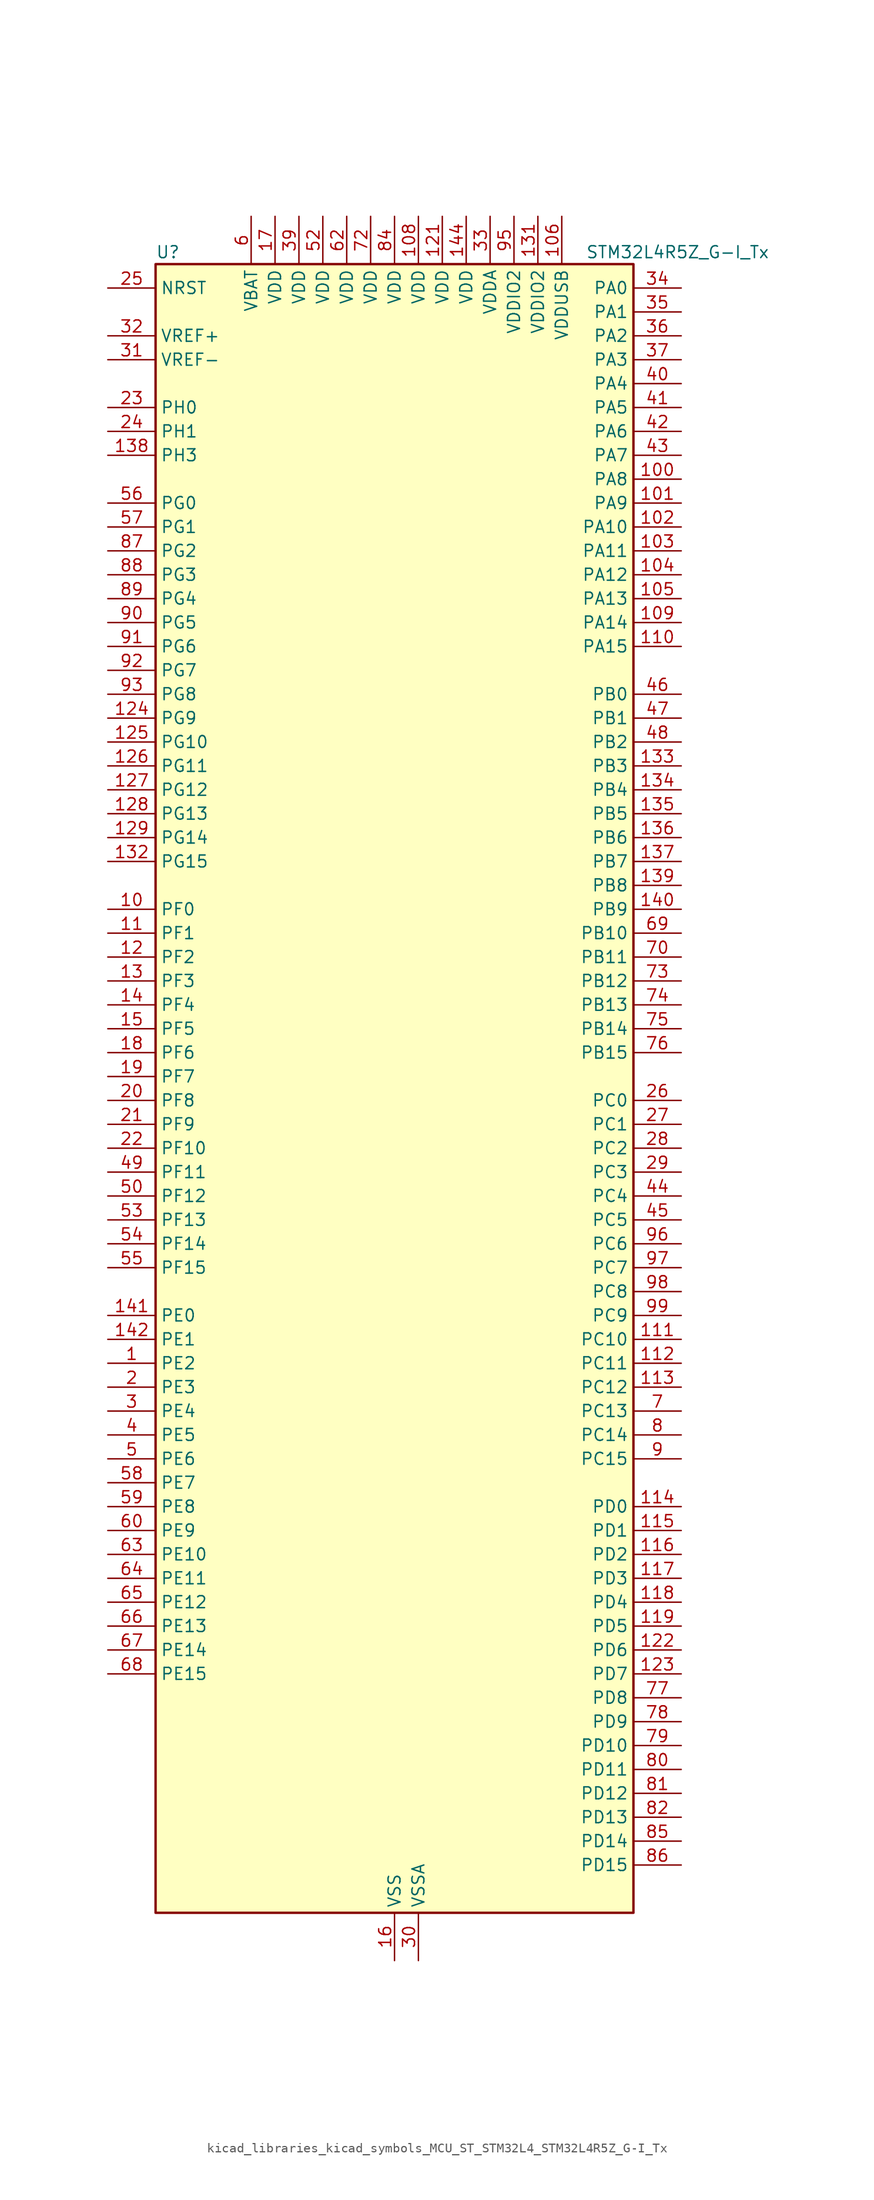
<source format=kicad_sym>
(kicad_symbol_lib
  (version 20220914)
  (generator kicad_symbol_editor)
  (symbol "kicad_libraries_kicad_symbols_MCU_ST_STM32L4_STM32L4R5Z_G-I_Tx"
    (property "Reference" "U"
      (at -25.4 90.17 0)
      (effects (font (size 1.27 1.27)) (justify left)))
    (property "Value" "STM32L4R5Z_G-I_Tx"
      (at 20.32 90.17 0)
      (effects (font (size 1.27 1.27)) (justify left)))
    (property "ki_locked" ""
      (at 0 0 0)
      (effects (font (size 1.27 1.27))))
    (symbol "kicad_libraries_kicad_symbols_MCU_ST_STM32L4_STM32L4R5Z_G-I_Tx_0_1"
      (rectangle (start -25.4 -86.36) (end 25.4 88.9) (stroke (width 0.254) (type default)) (fill (type background))))
    (symbol "kicad_libraries_kicad_symbols_MCU_ST_STM32L4_STM32L4R5Z_G-I_Tx_1_1"
      (pin bidirectional line (at -30.48 -27.94 0) (length 5.08) (name "PE2" (effects (font (size 1.27 1.27)))) (number "1" (effects (font (size 1.27 1.27)))) (alternate "FMC_A23" bidirectional line) (alternate "SAI1_CK1" bidirectional line) (alternate "SAI1_MCLK_A" bidirectional line) (alternate "SYS_TRACECLK" bidirectional line) (alternate "TIM3_ETR" bidirectional line) (alternate "TSC_G7_IO1" bidirectional line))
      (pin bidirectional line (at -30.48 20.32 0) (length 5.08) (name "PF0" (effects (font (size 1.27 1.27)))) (number "10" (effects (font (size 1.27 1.27)))) (alternate "FMC_A0" bidirectional line) (alternate "I2C2_SDA" bidirectional line) (alternate "OCTOSPIM_P2_IO0" bidirectional line))
      (pin bidirectional line (at 30.48 66.04 180) (length 5.08) (name "PA8" (effects (font (size 1.27 1.27)))) (number "100" (effects (font (size 1.27 1.27)))) (alternate "LPTIM2_OUT" bidirectional line) (alternate "RCC_MCO" bidirectional line) (alternate "SAI1_CK2" bidirectional line) (alternate "SAI1_SCK_A" bidirectional line) (alternate "TIM1_CH1" bidirectional line) (alternate "USART1_CK" bidirectional line) (alternate "USB_OTG_FS_SOF" bidirectional line))
      (pin bidirectional line (at 30.48 63.5 180) (length 5.08) (name "PA9" (effects (font (size 1.27 1.27)))) (number "101" (effects (font (size 1.27 1.27)))) (alternate "DAC1_EXTI9" bidirectional line) (alternate "DCMI_D0" bidirectional line) (alternate "SAI1_FS_A" bidirectional line) (alternate "SPI2_SCK" bidirectional line) (alternate "TIM15_BKIN" bidirectional line) (alternate "TIM1_CH2" bidirectional line) (alternate "USART1_TX" bidirectional line) (alternate "USB_OTG_FS_VBUS" bidirectional line))
      (pin bidirectional line (at 30.48 60.96 180) (length 5.08) (name "PA10" (effects (font (size 1.27 1.27)))) (number "102" (effects (font (size 1.27 1.27)))) (alternate "DCMI_D1" bidirectional line) (alternate "SAI1_D1" bidirectional line) (alternate "SAI1_SD_A" bidirectional line) (alternate "TIM17_BKIN" bidirectional line) (alternate "TIM1_CH3" bidirectional line) (alternate "USART1_RX" bidirectional line) (alternate "USB_OTG_FS_ID" bidirectional line))
      (pin bidirectional line (at 30.48 58.42 180) (length 5.08) (name "PA11" (effects (font (size 1.27 1.27)))) (number "103" (effects (font (size 1.27 1.27)))) (alternate "ADC1_EXTI11" bidirectional line) (alternate "CAN1_RX" bidirectional line) (alternate "SPI1_MISO" bidirectional line) (alternate "TIM1_BKIN2" bidirectional line) (alternate "TIM1_CH4" bidirectional line) (alternate "USART1_CTS" bidirectional line) (alternate "USART1_NSS" bidirectional line) (alternate "USB_OTG_FS_DM" bidirectional line))
      (pin bidirectional line (at 30.48 55.88 180) (length 5.08) (name "PA12" (effects (font (size 1.27 1.27)))) (number "104" (effects (font (size 1.27 1.27)))) (alternate "CAN1_TX" bidirectional line) (alternate "SPI1_MOSI" bidirectional line) (alternate "TIM1_ETR" bidirectional line) (alternate "USART1_DE" bidirectional line) (alternate "USART1_RTS" bidirectional line) (alternate "USB_OTG_FS_DP" bidirectional line))
      (pin bidirectional line (at 30.48 53.34 180) (length 5.08) (name "PA13" (effects (font (size 1.27 1.27)))) (number "105" (effects (font (size 1.27 1.27)))) (alternate "IR_OUT" bidirectional line) (alternate "SAI1_SD_B" bidirectional line) (alternate "SYS_JTMS-SWDIO" bidirectional line) (alternate "USB_OTG_FS_NOE" bidirectional line))
      (pin power_in line (at 17.78 93.98 270) (length 5.08) (name "VDDUSB" (effects (font (size 1.27 1.27)))) (number "106" (effects (font (size 1.27 1.27)))))
      (pin passive line (at 0 -91.44 90) (length 5.08) hide (name "VSS" (effects (font (size 1.27 1.27)))) (number "107" (effects (font (size 1.27 1.27)))))
      (pin power_in line (at 2.54 93.98 270) (length 5.08) (name "VDD" (effects (font (size 1.27 1.27)))) (number "108" (effects (font (size 1.27 1.27)))))
      (pin bidirectional line (at 30.48 50.8 180) (length 5.08) (name "PA14" (effects (font (size 1.27 1.27)))) (number "109" (effects (font (size 1.27 1.27)))) (alternate "I2C1_SMBA" bidirectional line) (alternate "I2C4_SMBA" bidirectional line) (alternate "LPTIM1_OUT" bidirectional line) (alternate "SAI1_FS_B" bidirectional line) (alternate "SYS_JTCK-SWCLK" bidirectional line) (alternate "USB_OTG_FS_SOF" bidirectional line))
      (pin bidirectional line (at -30.48 17.78 0) (length 5.08) (name "PF1" (effects (font (size 1.27 1.27)))) (number "11" (effects (font (size 1.27 1.27)))) (alternate "FMC_A1" bidirectional line) (alternate "I2C2_SCL" bidirectional line) (alternate "OCTOSPIM_P2_IO1" bidirectional line))
      (pin bidirectional line (at 30.48 48.26 180) (length 5.08) (name "PA15" (effects (font (size 1.27 1.27)))) (number "110" (effects (font (size 1.27 1.27)))) (alternate "ADC1_EXTI15" bidirectional line) (alternate "SAI2_FS_B" bidirectional line) (alternate "SPI1_NSS" bidirectional line) (alternate "SPI3_NSS" bidirectional line) (alternate "SYS_JTDI" bidirectional line) (alternate "TIM2_CH1" bidirectional line) (alternate "TIM2_ETR" bidirectional line) (alternate "TSC_G3_IO1" bidirectional line) (alternate "UART4_DE" bidirectional line) (alternate "UART4_RTS" bidirectional line) (alternate "USART2_RX" bidirectional line) (alternate "USART3_DE" bidirectional line) (alternate "USART3_RTS" bidirectional line))
      (pin bidirectional line (at 30.48 -25.4 180) (length 5.08) (name "PC10" (effects (font (size 1.27 1.27)))) (number "111" (effects (font (size 1.27 1.27)))) (alternate "DCMI_D8" bidirectional line) (alternate "SAI2_SCK_B" bidirectional line) (alternate "SDMMC1_D2" bidirectional line) (alternate "SPI3_SCK" bidirectional line) (alternate "SYS_TRACED1" bidirectional line) (alternate "TSC_G3_IO2" bidirectional line) (alternate "UART4_TX" bidirectional line) (alternate "USART3_TX" bidirectional line))
      (pin bidirectional line (at 30.48 -27.94 180) (length 5.08) (name "PC11" (effects (font (size 1.27 1.27)))) (number "112" (effects (font (size 1.27 1.27)))) (alternate "ADC1_EXTI11" bidirectional line) (alternate "DCMI_D2" bidirectional line) (alternate "DCMI_D4" bidirectional line) (alternate "OCTOSPIM_P1_NCS" bidirectional line) (alternate "SAI2_MCLK_B" bidirectional line) (alternate "SDMMC1_D3" bidirectional line) (alternate "SPI3_MISO" bidirectional line) (alternate "TSC_G3_IO3" bidirectional line) (alternate "UART4_RX" bidirectional line) (alternate "USART3_RX" bidirectional line))
      (pin bidirectional line (at 30.48 -30.48 180) (length 5.08) (name "PC12" (effects (font (size 1.27 1.27)))) (number "113" (effects (font (size 1.27 1.27)))) (alternate "DCMI_D9" bidirectional line) (alternate "SAI2_SD_B" bidirectional line) (alternate "SDMMC1_CK" bidirectional line) (alternate "SPI3_MOSI" bidirectional line) (alternate "SYS_TRACED3" bidirectional line) (alternate "TSC_G3_IO4" bidirectional line) (alternate "UART5_TX" bidirectional line) (alternate "USART3_CK" bidirectional line))
      (pin bidirectional line (at 30.48 -43.18 180) (length 5.08) (name "PD0" (effects (font (size 1.27 1.27)))) (number "114" (effects (font (size 1.27 1.27)))) (alternate "CAN1_RX" bidirectional line) (alternate "DFSDM1_DATIN7" bidirectional line) (alternate "FMC_D2" bidirectional line) (alternate "FMC_DA2" bidirectional line) (alternate "SPI2_NSS" bidirectional line))
      (pin bidirectional line (at 30.48 -45.72 180) (length 5.08) (name "PD1" (effects (font (size 1.27 1.27)))) (number "115" (effects (font (size 1.27 1.27)))) (alternate "CAN1_TX" bidirectional line) (alternate "DFSDM1_CKIN7" bidirectional line) (alternate "FMC_D3" bidirectional line) (alternate "FMC_DA3" bidirectional line) (alternate "SPI2_SCK" bidirectional line))
      (pin bidirectional line (at 30.48 -48.26 180) (length 5.08) (name "PD2" (effects (font (size 1.27 1.27)))) (number "116" (effects (font (size 1.27 1.27)))) (alternate "DCMI_D11" bidirectional line) (alternate "SDMMC1_CMD" bidirectional line) (alternate "SYS_TRACED2" bidirectional line) (alternate "TIM3_ETR" bidirectional line) (alternate "TSC_SYNC" bidirectional line) (alternate "UART5_RX" bidirectional line) (alternate "USART3_DE" bidirectional line) (alternate "USART3_RTS" bidirectional line))
      (pin bidirectional line (at 30.48 -50.8 180) (length 5.08) (name "PD3" (effects (font (size 1.27 1.27)))) (number "117" (effects (font (size 1.27 1.27)))) (alternate "DCMI_D5" bidirectional line) (alternate "DFSDM1_DATIN0" bidirectional line) (alternate "FMC_CLK" bidirectional line) (alternate "OCTOSPIM_P2_NCS" bidirectional line) (alternate "SPI2_MISO" bidirectional line) (alternate "SPI2_SCK" bidirectional line) (alternate "USART2_CTS" bidirectional line) (alternate "USART2_NSS" bidirectional line))
      (pin bidirectional line (at 30.48 -53.34 180) (length 5.08) (name "PD4" (effects (font (size 1.27 1.27)))) (number "118" (effects (font (size 1.27 1.27)))) (alternate "DFSDM1_CKIN0" bidirectional line) (alternate "FMC_NOE" bidirectional line) (alternate "OCTOSPIM_P1_IO4" bidirectional line) (alternate "SPI2_MOSI" bidirectional line) (alternate "USART2_DE" bidirectional line) (alternate "USART2_RTS" bidirectional line))
      (pin bidirectional line (at 30.48 -55.88 180) (length 5.08) (name "PD5" (effects (font (size 1.27 1.27)))) (number "119" (effects (font (size 1.27 1.27)))) (alternate "FMC_NWE" bidirectional line) (alternate "OCTOSPIM_P1_IO5" bidirectional line) (alternate "USART2_TX" bidirectional line))
      (pin bidirectional line (at -30.48 15.24 0) (length 5.08) (name "PF2" (effects (font (size 1.27 1.27)))) (number "12" (effects (font (size 1.27 1.27)))) (alternate "FMC_A2" bidirectional line) (alternate "I2C2_SMBA" bidirectional line) (alternate "OCTOSPIM_P2_IO2" bidirectional line))
      (pin passive line (at 0 -91.44 90) (length 5.08) hide (name "VSS" (effects (font (size 1.27 1.27)))) (number "120" (effects (font (size 1.27 1.27)))))
      (pin power_in line (at 5.08 93.98 270) (length 5.08) (name "VDD" (effects (font (size 1.27 1.27)))) (number "121" (effects (font (size 1.27 1.27)))))
      (pin bidirectional line (at 30.48 -58.42 180) (length 5.08) (name "PD6" (effects (font (size 1.27 1.27)))) (number "122" (effects (font (size 1.27 1.27)))) (alternate "DCMI_D10" bidirectional line) (alternate "DFSDM1_DATIN1" bidirectional line) (alternate "FMC_NWAIT" bidirectional line) (alternate "OCTOSPIM_P1_IO6" bidirectional line) (alternate "SAI1_D1" bidirectional line) (alternate "SAI1_SD_A" bidirectional line) (alternate "SPI3_MOSI" bidirectional line) (alternate "USART2_RX" bidirectional line))
      (pin bidirectional line (at 30.48 -60.96 180) (length 5.08) (name "PD7" (effects (font (size 1.27 1.27)))) (number "123" (effects (font (size 1.27 1.27)))) (alternate "DFSDM1_CKIN1" bidirectional line) (alternate "FMC_NCE" bidirectional line) (alternate "FMC_NE1" bidirectional line) (alternate "OCTOSPIM_P1_IO7" bidirectional line) (alternate "USART2_CK" bidirectional line))
      (pin bidirectional line (at -30.48 40.64 0) (length 5.08) (name "PG9" (effects (font (size 1.27 1.27)))) (number "124" (effects (font (size 1.27 1.27)))) (alternate "DAC1_EXTI9" bidirectional line) (alternate "FMC_NCE" bidirectional line) (alternate "FMC_NE2" bidirectional line) (alternate "OCTOSPIM_P2_IO6" bidirectional line) (alternate "SAI2_SCK_A" bidirectional line) (alternate "SPI3_SCK" bidirectional line) (alternate "TIM15_CH1N" bidirectional line) (alternate "USART1_TX" bidirectional line))
      (pin bidirectional line (at -30.48 38.1 0) (length 5.08) (name "PG10" (effects (font (size 1.27 1.27)))) (number "125" (effects (font (size 1.27 1.27)))) (alternate "FMC_NE3" bidirectional line) (alternate "LPTIM1_IN1" bidirectional line) (alternate "OCTOSPIM_P2_IO7" bidirectional line) (alternate "SAI2_FS_A" bidirectional line) (alternate "SPI3_MISO" bidirectional line) (alternate "TIM15_CH1" bidirectional line) (alternate "USART1_RX" bidirectional line))
      (pin bidirectional line (at -30.48 35.56 0) (length 5.08) (name "PG11" (effects (font (size 1.27 1.27)))) (number "126" (effects (font (size 1.27 1.27)))) (alternate "ADC1_EXTI11" bidirectional line) (alternate "LPTIM1_IN2" bidirectional line) (alternate "OCTOSPIM_P1_IO5" bidirectional line) (alternate "SAI2_MCLK_A" bidirectional line) (alternate "SPI3_MOSI" bidirectional line) (alternate "TIM15_CH2" bidirectional line) (alternate "USART1_CTS" bidirectional line) (alternate "USART1_NSS" bidirectional line))
      (pin bidirectional line (at -30.48 33.02 0) (length 5.08) (name "PG12" (effects (font (size 1.27 1.27)))) (number "127" (effects (font (size 1.27 1.27)))) (alternate "FMC_NE4" bidirectional line) (alternate "LPTIM1_ETR" bidirectional line) (alternate "OCTOSPIM_P2_NCS" bidirectional line) (alternate "SAI2_SD_A" bidirectional line) (alternate "SPI3_NSS" bidirectional line) (alternate "USART1_DE" bidirectional line) (alternate "USART1_RTS" bidirectional line))
      (pin bidirectional line (at -30.48 30.48 0) (length 5.08) (name "PG13" (effects (font (size 1.27 1.27)))) (number "128" (effects (font (size 1.27 1.27)))) (alternate "FMC_A24" bidirectional line) (alternate "I2C1_SDA" bidirectional line) (alternate "USART1_CK" bidirectional line))
      (pin bidirectional line (at -30.48 27.94 0) (length 5.08) (name "PG14" (effects (font (size 1.27 1.27)))) (number "129" (effects (font (size 1.27 1.27)))) (alternate "FMC_A25" bidirectional line) (alternate "I2C1_SCL" bidirectional line))
      (pin bidirectional line (at -30.48 12.7 0) (length 5.08) (name "PF3" (effects (font (size 1.27 1.27)))) (number "13" (effects (font (size 1.27 1.27)))) (alternate "FMC_A3" bidirectional line) (alternate "OCTOSPIM_P2_IO3" bidirectional line))
      (pin passive line (at 0 -91.44 90) (length 5.08) hide (name "VSS" (effects (font (size 1.27 1.27)))) (number "130" (effects (font (size 1.27 1.27)))))
      (pin power_in line (at 15.24 93.98 270) (length 5.08) (name "VDDIO2" (effects (font (size 1.27 1.27)))) (number "131" (effects (font (size 1.27 1.27)))))
      (pin bidirectional line (at -30.48 25.4 0) (length 5.08) (name "PG15" (effects (font (size 1.27 1.27)))) (number "132" (effects (font (size 1.27 1.27)))) (alternate "ADC1_EXTI15" bidirectional line) (alternate "DCMI_D13" bidirectional line) (alternate "I2C1_SMBA" bidirectional line) (alternate "LPTIM1_OUT" bidirectional line) (alternate "OCTOSPIM_P2_DQS" bidirectional line))
      (pin bidirectional line (at 30.48 35.56 180) (length 5.08) (name "PB3" (effects (font (size 1.27 1.27)))) (number "133" (effects (font (size 1.27 1.27)))) (alternate "COMP2_INM" bidirectional line) (alternate "CRS_SYNC" bidirectional line) (alternate "SAI1_SCK_B" bidirectional line) (alternate "SPI1_SCK" bidirectional line) (alternate "SPI3_SCK" bidirectional line) (alternate "SYS_JTDO-SWO" bidirectional line) (alternate "TIM2_CH2" bidirectional line) (alternate "USART1_DE" bidirectional line) (alternate "USART1_RTS" bidirectional line))
      (pin bidirectional line (at 30.48 33.02 180) (length 5.08) (name "PB4" (effects (font (size 1.27 1.27)))) (number "134" (effects (font (size 1.27 1.27)))) (alternate "COMP2_INP" bidirectional line) (alternate "DCMI_D12" bidirectional line) (alternate "I2C3_SDA" bidirectional line) (alternate "SAI1_MCLK_B" bidirectional line) (alternate "SPI1_MISO" bidirectional line) (alternate "SPI3_MISO" bidirectional line) (alternate "SYS_JTRST" bidirectional line) (alternate "TIM17_BKIN" bidirectional line) (alternate "TIM3_CH1" bidirectional line) (alternate "TSC_G2_IO1" bidirectional line) (alternate "UART5_DE" bidirectional line) (alternate "UART5_RTS" bidirectional line) (alternate "USART1_CTS" bidirectional line) (alternate "USART1_NSS" bidirectional line))
      (pin bidirectional line (at 30.48 30.48 180) (length 5.08) (name "PB5" (effects (font (size 1.27 1.27)))) (number "135" (effects (font (size 1.27 1.27)))) (alternate "COMP2_OUT" bidirectional line) (alternate "DCMI_D10" bidirectional line) (alternate "I2C1_SMBA" bidirectional line) (alternate "LPTIM1_IN1" bidirectional line) (alternate "SAI1_SD_B" bidirectional line) (alternate "SPI1_MOSI" bidirectional line) (alternate "SPI3_MOSI" bidirectional line) (alternate "TIM16_BKIN" bidirectional line) (alternate "TIM3_CH2" bidirectional line) (alternate "TSC_G2_IO2" bidirectional line) (alternate "UART5_CTS" bidirectional line) (alternate "USART1_CK" bidirectional line))
      (pin bidirectional line (at 30.48 27.94 180) (length 5.08) (name "PB6" (effects (font (size 1.27 1.27)))) (number "136" (effects (font (size 1.27 1.27)))) (alternate "COMP2_INP" bidirectional line) (alternate "DCMI_D5" bidirectional line) (alternate "DFSDM1_DATIN5" bidirectional line) (alternate "I2C1_SCL" bidirectional line) (alternate "I2C4_SCL" bidirectional line) (alternate "LPTIM1_ETR" bidirectional line) (alternate "SAI1_FS_B" bidirectional line) (alternate "TIM16_CH1N" bidirectional line) (alternate "TIM4_CH1" bidirectional line) (alternate "TIM8_BKIN2" bidirectional line) (alternate "TSC_G2_IO3" bidirectional line) (alternate "USART1_TX" bidirectional line))
      (pin bidirectional line (at 30.48 25.4 180) (length 5.08) (name "PB7" (effects (font (size 1.27 1.27)))) (number "137" (effects (font (size 1.27 1.27)))) (alternate "COMP2_INM" bidirectional line) (alternate "DCMI_VSYNC" bidirectional line) (alternate "DFSDM1_CKIN5" bidirectional line) (alternate "FMC_NL" bidirectional line) (alternate "I2C1_SDA" bidirectional line) (alternate "I2C4_SDA" bidirectional line) (alternate "LPTIM1_IN2" bidirectional line) (alternate "SYS_PVD_IN" bidirectional line) (alternate "TIM17_CH1N" bidirectional line) (alternate "TIM4_CH2" bidirectional line) (alternate "TIM8_BKIN" bidirectional line) (alternate "TSC_G2_IO4" bidirectional line) (alternate "UART4_CTS" bidirectional line) (alternate "USART1_RX" bidirectional line))
      (pin bidirectional line (at -30.48 68.58 0) (length 5.08) (name "PH3" (effects (font (size 1.27 1.27)))) (number "138" (effects (font (size 1.27 1.27)))))
      (pin bidirectional line (at 30.48 22.86 180) (length 5.08) (name "PB8" (effects (font (size 1.27 1.27)))) (number "139" (effects (font (size 1.27 1.27)))) (alternate "CAN1_RX" bidirectional line) (alternate "DCMI_D6" bidirectional line) (alternate "DFSDM1_CKOUT" bidirectional line) (alternate "DFSDM1_DATIN6" bidirectional line) (alternate "I2C1_SCL" bidirectional line) (alternate "SAI1_CK1" bidirectional line) (alternate "SAI1_MCLK_A" bidirectional line) (alternate "SDMMC1_CKIN" bidirectional line) (alternate "SDMMC1_D4" bidirectional line) (alternate "TIM16_CH1" bidirectional line) (alternate "TIM4_CH3" bidirectional line))
      (pin bidirectional line (at -30.48 10.16 0) (length 5.08) (name "PF4" (effects (font (size 1.27 1.27)))) (number "14" (effects (font (size 1.27 1.27)))) (alternate "FMC_A4" bidirectional line) (alternate "OCTOSPIM_P2_CLK" bidirectional line))
      (pin bidirectional line (at 30.48 20.32 180) (length 5.08) (name "PB9" (effects (font (size 1.27 1.27)))) (number "140" (effects (font (size 1.27 1.27)))) (alternate "CAN1_TX" bidirectional line) (alternate "DAC1_EXTI9" bidirectional line) (alternate "DCMI_D7" bidirectional line) (alternate "DFSDM1_CKIN6" bidirectional line) (alternate "I2C1_SDA" bidirectional line) (alternate "IR_OUT" bidirectional line) (alternate "SAI1_D2" bidirectional line) (alternate "SAI1_FS_A" bidirectional line) (alternate "SDMMC1_CDIR" bidirectional line) (alternate "SDMMC1_D5" bidirectional line) (alternate "SPI2_NSS" bidirectional line) (alternate "TIM17_CH1" bidirectional line) (alternate "TIM4_CH4" bidirectional line))
      (pin bidirectional line (at -30.48 -22.86 0) (length 5.08) (name "PE0" (effects (font (size 1.27 1.27)))) (number "141" (effects (font (size 1.27 1.27)))) (alternate "DCMI_D2" bidirectional line) (alternate "FMC_NBL0" bidirectional line) (alternate "TIM16_CH1" bidirectional line) (alternate "TIM4_ETR" bidirectional line))
      (pin bidirectional line (at -30.48 -25.4 0) (length 5.08) (name "PE1" (effects (font (size 1.27 1.27)))) (number "142" (effects (font (size 1.27 1.27)))) (alternate "DCMI_D3" bidirectional line) (alternate "FMC_NBL1" bidirectional line) (alternate "TIM17_CH1" bidirectional line))
      (pin passive line (at 0 -91.44 90) (length 5.08) hide (name "VSS" (effects (font (size 1.27 1.27)))) (number "143" (effects (font (size 1.27 1.27)))))
      (pin power_in line (at 7.62 93.98 270) (length 5.08) (name "VDD" (effects (font (size 1.27 1.27)))) (number "144" (effects (font (size 1.27 1.27)))))
      (pin bidirectional line (at -30.48 7.62 0) (length 5.08) (name "PF5" (effects (font (size 1.27 1.27)))) (number "15" (effects (font (size 1.27 1.27)))) (alternate "FMC_A5" bidirectional line))
      (pin power_in line (at 0 -91.44 90) (length 5.08) (name "VSS" (effects (font (size 1.27 1.27)))) (number "16" (effects (font (size 1.27 1.27)))))
      (pin power_in line (at -12.7 93.98 270) (length 5.08) (name "VDD" (effects (font (size 1.27 1.27)))) (number "17" (effects (font (size 1.27 1.27)))))
      (pin bidirectional line (at -30.48 5.08 0) (length 5.08) (name "PF6" (effects (font (size 1.27 1.27)))) (number "18" (effects (font (size 1.27 1.27)))) (alternate "OCTOSPIM_P1_IO3" bidirectional line) (alternate "SAI1_SD_B" bidirectional line) (alternate "TIM5_CH1" bidirectional line) (alternate "TIM5_ETR" bidirectional line))
      (pin bidirectional line (at -30.48 2.54 0) (length 5.08) (name "PF7" (effects (font (size 1.27 1.27)))) (number "19" (effects (font (size 1.27 1.27)))) (alternate "OCTOSPIM_P1_IO2" bidirectional line) (alternate "SAI1_MCLK_B" bidirectional line) (alternate "TIM5_CH2" bidirectional line))
      (pin bidirectional line (at -30.48 -30.48 0) (length 5.08) (name "PE3" (effects (font (size 1.27 1.27)))) (number "2" (effects (font (size 1.27 1.27)))) (alternate "FMC_A19" bidirectional line) (alternate "OCTOSPIM_P1_DQS" bidirectional line) (alternate "SAI1_SD_B" bidirectional line) (alternate "SYS_TRACED0" bidirectional line) (alternate "TIM3_CH1" bidirectional line) (alternate "TSC_G7_IO2" bidirectional line))
      (pin bidirectional line (at -30.48 0 0) (length 5.08) (name "PF8" (effects (font (size 1.27 1.27)))) (number "20" (effects (font (size 1.27 1.27)))) (alternate "OCTOSPIM_P1_IO0" bidirectional line) (alternate "SAI1_SCK_B" bidirectional line) (alternate "TIM5_CH3" bidirectional line))
      (pin bidirectional line (at -30.48 -2.54 0) (length 5.08) (name "PF9" (effects (font (size 1.27 1.27)))) (number "21" (effects (font (size 1.27 1.27)))) (alternate "DAC1_EXTI9" bidirectional line) (alternate "OCTOSPIM_P1_IO1" bidirectional line) (alternate "SAI1_FS_B" bidirectional line) (alternate "TIM15_CH1" bidirectional line) (alternate "TIM5_CH4" bidirectional line))
      (pin bidirectional line (at -30.48 -5.08 0) (length 5.08) (name "PF10" (effects (font (size 1.27 1.27)))) (number "22" (effects (font (size 1.27 1.27)))) (alternate "DCMI_D11" bidirectional line) (alternate "DFSDM1_CKOUT" bidirectional line) (alternate "OCTOSPIM_P1_CLK" bidirectional line) (alternate "SAI1_D3" bidirectional line) (alternate "TIM15_CH2" bidirectional line))
      (pin bidirectional line (at -30.48 73.66 0) (length 5.08) (name "PH0" (effects (font (size 1.27 1.27)))) (number "23" (effects (font (size 1.27 1.27)))) (alternate "RCC_OSC_IN" bidirectional line))
      (pin bidirectional line (at -30.48 71.12 0) (length 5.08) (name "PH1" (effects (font (size 1.27 1.27)))) (number "24" (effects (font (size 1.27 1.27)))) (alternate "RCC_OSC_OUT" bidirectional line))
      (pin input line (at -30.48 86.36 0) (length 5.08) (name "NRST" (effects (font (size 1.27 1.27)))) (number "25" (effects (font (size 1.27 1.27)))))
      (pin bidirectional line (at 30.48 0 180) (length 5.08) (name "PC0" (effects (font (size 1.27 1.27)))) (number "26" (effects (font (size 1.27 1.27)))) (alternate "ADC1_IN1" bidirectional line) (alternate "DFSDM1_DATIN4" bidirectional line) (alternate "I2C3_SCL" bidirectional line) (alternate "LPTIM1_IN1" bidirectional line) (alternate "LPTIM2_IN1" bidirectional line) (alternate "LPUART1_RX" bidirectional line) (alternate "SAI2_FS_A" bidirectional line))
      (pin bidirectional line (at 30.48 -2.54 180) (length 5.08) (name "PC1" (effects (font (size 1.27 1.27)))) (number "27" (effects (font (size 1.27 1.27)))) (alternate "ADC1_IN2" bidirectional line) (alternate "DFSDM1_CKIN4" bidirectional line) (alternate "I2C3_SDA" bidirectional line) (alternate "LPTIM1_OUT" bidirectional line) (alternate "LPUART1_TX" bidirectional line) (alternate "OCTOSPIM_P1_IO4" bidirectional line) (alternate "SAI1_SD_A" bidirectional line) (alternate "SPI2_MOSI" bidirectional line) (alternate "SYS_TRACED0" bidirectional line))
      (pin bidirectional line (at 30.48 -5.08 180) (length 5.08) (name "PC2" (effects (font (size 1.27 1.27)))) (number "28" (effects (font (size 1.27 1.27)))) (alternate "ADC1_IN3" bidirectional line) (alternate "DFSDM1_CKOUT" bidirectional line) (alternate "LPTIM1_IN2" bidirectional line) (alternate "OCTOSPIM_P1_IO5" bidirectional line) (alternate "SPI2_MISO" bidirectional line))
      (pin bidirectional line (at 30.48 -7.62 180) (length 5.08) (name "PC3" (effects (font (size 1.27 1.27)))) (number "29" (effects (font (size 1.27 1.27)))) (alternate "ADC1_IN4" bidirectional line) (alternate "LPTIM1_ETR" bidirectional line) (alternate "LPTIM2_ETR" bidirectional line) (alternate "OCTOSPIM_P1_IO6" bidirectional line) (alternate "SAI1_D1" bidirectional line) (alternate "SAI1_SD_A" bidirectional line) (alternate "SPI2_MOSI" bidirectional line))
      (pin bidirectional line (at -30.48 -33.02 0) (length 5.08) (name "PE4" (effects (font (size 1.27 1.27)))) (number "3" (effects (font (size 1.27 1.27)))) (alternate "DCMI_D4" bidirectional line) (alternate "DFSDM1_DATIN3" bidirectional line) (alternate "FMC_A20" bidirectional line) (alternate "SAI1_D2" bidirectional line) (alternate "SAI1_FS_A" bidirectional line) (alternate "SYS_TRACED1" bidirectional line) (alternate "TIM3_CH2" bidirectional line) (alternate "TSC_G7_IO3" bidirectional line))
      (pin power_in line (at 2.54 -91.44 90) (length 5.08) (name "VSSA" (effects (font (size 1.27 1.27)))) (number "30" (effects (font (size 1.27 1.27)))))
      (pin input line (at -30.48 78.74 0) (length 5.08) (name "VREF-" (effects (font (size 1.27 1.27)))) (number "31" (effects (font (size 1.27 1.27)))))
      (pin input line (at -30.48 81.28 0) (length 5.08) (name "VREF+" (effects (font (size 1.27 1.27)))) (number "32" (effects (font (size 1.27 1.27)))) (alternate "VREFBUF_OUT" bidirectional line))
      (pin power_in line (at 10.16 93.98 270) (length 5.08) (name "VDDA" (effects (font (size 1.27 1.27)))) (number "33" (effects (font (size 1.27 1.27)))))
      (pin bidirectional line (at 30.48 86.36 180) (length 5.08) (name "PA0" (effects (font (size 1.27 1.27)))) (number "34" (effects (font (size 1.27 1.27)))) (alternate "ADC1_IN5" bidirectional line) (alternate "OPAMP1_VINP" bidirectional line) (alternate "RTC_TAMP2" bidirectional line) (alternate "SAI1_EXTCLK" bidirectional line) (alternate "SYS_WKUP1" bidirectional line) (alternate "TIM2_CH1" bidirectional line) (alternate "TIM2_ETR" bidirectional line) (alternate "TIM5_CH1" bidirectional line) (alternate "TIM8_ETR" bidirectional line) (alternate "UART4_TX" bidirectional line) (alternate "USART2_CTS" bidirectional line) (alternate "USART2_NSS" bidirectional line))
      (pin bidirectional line (at 30.48 83.82 180) (length 5.08) (name "PA1" (effects (font (size 1.27 1.27)))) (number "35" (effects (font (size 1.27 1.27)))) (alternate "ADC1_IN6" bidirectional line) (alternate "I2C1_SMBA" bidirectional line) (alternate "OCTOSPIM_P1_DQS" bidirectional line) (alternate "OPAMP1_VINM" bidirectional line) (alternate "SPI1_SCK" bidirectional line) (alternate "TIM15_CH1N" bidirectional line) (alternate "TIM2_CH2" bidirectional line) (alternate "TIM5_CH2" bidirectional line) (alternate "UART4_RX" bidirectional line) (alternate "USART2_DE" bidirectional line) (alternate "USART2_RTS" bidirectional line))
      (pin bidirectional line (at 30.48 81.28 180) (length 5.08) (name "PA2" (effects (font (size 1.27 1.27)))) (number "36" (effects (font (size 1.27 1.27)))) (alternate "ADC1_IN7" bidirectional line) (alternate "LPUART1_TX" bidirectional line) (alternate "OCTOSPIM_P1_NCS" bidirectional line) (alternate "RCC_LSCO" bidirectional line) (alternate "SAI2_EXTCLK" bidirectional line) (alternate "SYS_WKUP4" bidirectional line) (alternate "TIM15_CH1" bidirectional line) (alternate "TIM2_CH3" bidirectional line) (alternate "TIM5_CH3" bidirectional line) (alternate "USART2_TX" bidirectional line))
      (pin bidirectional line (at 30.48 78.74 180) (length 5.08) (name "PA3" (effects (font (size 1.27 1.27)))) (number "37" (effects (font (size 1.27 1.27)))) (alternate "ADC1_IN8" bidirectional line) (alternate "LPUART1_RX" bidirectional line) (alternate "OCTOSPIM_P1_CLK" bidirectional line) (alternate "OPAMP1_VOUT" bidirectional line) (alternate "SAI1_CK1" bidirectional line) (alternate "SAI1_MCLK_A" bidirectional line) (alternate "TIM15_CH2" bidirectional line) (alternate "TIM2_CH4" bidirectional line) (alternate "TIM5_CH4" bidirectional line) (alternate "USART2_RX" bidirectional line))
      (pin passive line (at 0 -91.44 90) (length 5.08) hide (name "VSS" (effects (font (size 1.27 1.27)))) (number "38" (effects (font (size 1.27 1.27)))))
      (pin power_in line (at -10.16 93.98 270) (length 5.08) (name "VDD" (effects (font (size 1.27 1.27)))) (number "39" (effects (font (size 1.27 1.27)))))
      (pin bidirectional line (at -30.48 -35.56 0) (length 5.08) (name "PE5" (effects (font (size 1.27 1.27)))) (number "4" (effects (font (size 1.27 1.27)))) (alternate "DCMI_D6" bidirectional line) (alternate "DFSDM1_CKIN3" bidirectional line) (alternate "FMC_A21" bidirectional line) (alternate "SAI1_CK2" bidirectional line) (alternate "SAI1_SCK_A" bidirectional line) (alternate "SYS_TRACED2" bidirectional line) (alternate "TIM3_CH3" bidirectional line) (alternate "TSC_G7_IO4" bidirectional line))
      (pin bidirectional line (at 30.48 76.2 180) (length 5.08) (name "PA4" (effects (font (size 1.27 1.27)))) (number "40" (effects (font (size 1.27 1.27)))) (alternate "ADC1_IN9" bidirectional line) (alternate "DAC1_OUT1" bidirectional line) (alternate "DCMI_HSYNC" bidirectional line) (alternate "LPTIM2_OUT" bidirectional line) (alternate "OCTOSPIM_P1_NCS" bidirectional line) (alternate "SAI1_FS_B" bidirectional line) (alternate "SPI1_NSS" bidirectional line) (alternate "SPI3_NSS" bidirectional line) (alternate "USART2_CK" bidirectional line))
      (pin bidirectional line (at 30.48 73.66 180) (length 5.08) (name "PA5" (effects (font (size 1.27 1.27)))) (number "41" (effects (font (size 1.27 1.27)))) (alternate "ADC1_IN10" bidirectional line) (alternate "DAC1_OUT2" bidirectional line) (alternate "LPTIM2_ETR" bidirectional line) (alternate "SPI1_SCK" bidirectional line) (alternate "TIM2_CH1" bidirectional line) (alternate "TIM2_ETR" bidirectional line) (alternate "TIM8_CH1N" bidirectional line))
      (pin bidirectional line (at 30.48 71.12 180) (length 5.08) (name "PA6" (effects (font (size 1.27 1.27)))) (number "42" (effects (font (size 1.27 1.27)))) (alternate "ADC1_IN11" bidirectional line) (alternate "DCMI_PIXCLK" bidirectional line) (alternate "LPUART1_CTS" bidirectional line) (alternate "OCTOSPIM_P1_IO3" bidirectional line) (alternate "OPAMP2_VINP" bidirectional line) (alternate "SPI1_MISO" bidirectional line) (alternate "TIM16_CH1" bidirectional line) (alternate "TIM1_BKIN" bidirectional line) (alternate "TIM3_CH1" bidirectional line) (alternate "TIM8_BKIN" bidirectional line) (alternate "USART3_CTS" bidirectional line) (alternate "USART3_NSS" bidirectional line))
      (pin bidirectional line (at 30.48 68.58 180) (length 5.08) (name "PA7" (effects (font (size 1.27 1.27)))) (number "43" (effects (font (size 1.27 1.27)))) (alternate "ADC1_IN12" bidirectional line) (alternate "I2C3_SCL" bidirectional line) (alternate "OCTOSPIM_P1_IO2" bidirectional line) (alternate "OPAMP2_VINM" bidirectional line) (alternate "SPI1_MOSI" bidirectional line) (alternate "TIM17_CH1" bidirectional line) (alternate "TIM1_CH1N" bidirectional line) (alternate "TIM3_CH2" bidirectional line) (alternate "TIM8_CH1N" bidirectional line))
      (pin bidirectional line (at 30.48 -10.16 180) (length 5.08) (name "PC4" (effects (font (size 1.27 1.27)))) (number "44" (effects (font (size 1.27 1.27)))) (alternate "ADC1_IN13" bidirectional line) (alternate "COMP1_INM" bidirectional line) (alternate "OCTOSPIM_P1_IO7" bidirectional line) (alternate "USART3_TX" bidirectional line))
      (pin bidirectional line (at 30.48 -12.7 180) (length 5.08) (name "PC5" (effects (font (size 1.27 1.27)))) (number "45" (effects (font (size 1.27 1.27)))) (alternate "ADC1_IN14" bidirectional line) (alternate "COMP1_INP" bidirectional line) (alternate "SAI1_D3" bidirectional line) (alternate "SYS_WKUP5" bidirectional line) (alternate "USART3_RX" bidirectional line))
      (pin bidirectional line (at 30.48 43.18 180) (length 5.08) (name "PB0" (effects (font (size 1.27 1.27)))) (number "46" (effects (font (size 1.27 1.27)))) (alternate "ADC1_IN15" bidirectional line) (alternate "COMP1_OUT" bidirectional line) (alternate "OCTOSPIM_P1_IO1" bidirectional line) (alternate "OPAMP2_VOUT" bidirectional line) (alternate "SAI1_EXTCLK" bidirectional line) (alternate "SPI1_NSS" bidirectional line) (alternate "TIM1_CH2N" bidirectional line) (alternate "TIM3_CH3" bidirectional line) (alternate "TIM8_CH2N" bidirectional line) (alternate "USART3_CK" bidirectional line))
      (pin bidirectional line (at 30.48 40.64 180) (length 5.08) (name "PB1" (effects (font (size 1.27 1.27)))) (number "47" (effects (font (size 1.27 1.27)))) (alternate "ADC1_IN16" bidirectional line) (alternate "COMP1_INM" bidirectional line) (alternate "DFSDM1_DATIN0" bidirectional line) (alternate "LPTIM2_IN1" bidirectional line) (alternate "LPUART1_DE" bidirectional line) (alternate "LPUART1_RTS" bidirectional line) (alternate "OCTOSPIM_P1_IO0" bidirectional line) (alternate "TIM1_CH3N" bidirectional line) (alternate "TIM3_CH4" bidirectional line) (alternate "TIM8_CH3N" bidirectional line) (alternate "USART3_DE" bidirectional line) (alternate "USART3_RTS" bidirectional line))
      (pin bidirectional line (at 30.48 38.1 180) (length 5.08) (name "PB2" (effects (font (size 1.27 1.27)))) (number "48" (effects (font (size 1.27 1.27)))) (alternate "COMP1_INP" bidirectional line) (alternate "DFSDM1_CKIN0" bidirectional line) (alternate "I2C3_SMBA" bidirectional line) (alternate "LPTIM1_OUT" bidirectional line) (alternate "OCTOSPIM_P1_DQS" bidirectional line) (alternate "RTC_OUT_ALARM" bidirectional line) (alternate "RTC_OUT_CALIB" bidirectional line))
      (pin bidirectional line (at -30.48 -7.62 0) (length 5.08) (name "PF11" (effects (font (size 1.27 1.27)))) (number "49" (effects (font (size 1.27 1.27)))) (alternate "ADC1_EXTI11" bidirectional line) (alternate "DCMI_D12" bidirectional line))
      (pin bidirectional line (at -30.48 -38.1 0) (length 5.08) (name "PE6" (effects (font (size 1.27 1.27)))) (number "5" (effects (font (size 1.27 1.27)))) (alternate "DCMI_D7" bidirectional line) (alternate "FMC_A22" bidirectional line) (alternate "RTC_TAMP3" bidirectional line) (alternate "SAI1_D1" bidirectional line) (alternate "SAI1_SD_A" bidirectional line) (alternate "SYS_TRACED3" bidirectional line) (alternate "SYS_WKUP3" bidirectional line) (alternate "TIM3_CH4" bidirectional line))
      (pin bidirectional line (at -30.48 -10.16 0) (length 5.08) (name "PF12" (effects (font (size 1.27 1.27)))) (number "50" (effects (font (size 1.27 1.27)))) (alternate "FMC_A6" bidirectional line) (alternate "OCTOSPIM_P2_DQS" bidirectional line))
      (pin passive line (at 0 -91.44 90) (length 5.08) hide (name "VSS" (effects (font (size 1.27 1.27)))) (number "51" (effects (font (size 1.27 1.27)))))
      (pin power_in line (at -7.62 93.98 270) (length 5.08) (name "VDD" (effects (font (size 1.27 1.27)))) (number "52" (effects (font (size 1.27 1.27)))))
      (pin bidirectional line (at -30.48 -12.7 0) (length 5.08) (name "PF13" (effects (font (size 1.27 1.27)))) (number "53" (effects (font (size 1.27 1.27)))) (alternate "DFSDM1_DATIN6" bidirectional line) (alternate "FMC_A7" bidirectional line) (alternate "I2C4_SMBA" bidirectional line))
      (pin bidirectional line (at -30.48 -15.24 0) (length 5.08) (name "PF14" (effects (font (size 1.27 1.27)))) (number "54" (effects (font (size 1.27 1.27)))) (alternate "DFSDM1_CKIN6" bidirectional line) (alternate "FMC_A8" bidirectional line) (alternate "I2C4_SCL" bidirectional line) (alternate "TSC_G8_IO1" bidirectional line))
      (pin bidirectional line (at -30.48 -17.78 0) (length 5.08) (name "PF15" (effects (font (size 1.27 1.27)))) (number "55" (effects (font (size 1.27 1.27)))) (alternate "ADC1_EXTI15" bidirectional line) (alternate "FMC_A9" bidirectional line) (alternate "I2C4_SDA" bidirectional line) (alternate "TSC_G8_IO2" bidirectional line))
      (pin bidirectional line (at -30.48 63.5 0) (length 5.08) (name "PG0" (effects (font (size 1.27 1.27)))) (number "56" (effects (font (size 1.27 1.27)))) (alternate "FMC_A10" bidirectional line) (alternate "OCTOSPIM_P2_IO4" bidirectional line) (alternate "TSC_G8_IO3" bidirectional line))
      (pin bidirectional line (at -30.48 60.96 0) (length 5.08) (name "PG1" (effects (font (size 1.27 1.27)))) (number "57" (effects (font (size 1.27 1.27)))) (alternate "FMC_A11" bidirectional line) (alternate "OCTOSPIM_P2_IO5" bidirectional line) (alternate "TSC_G8_IO4" bidirectional line))
      (pin bidirectional line (at -30.48 -40.64 0) (length 5.08) (name "PE7" (effects (font (size 1.27 1.27)))) (number "58" (effects (font (size 1.27 1.27)))) (alternate "DFSDM1_DATIN2" bidirectional line) (alternate "FMC_D4" bidirectional line) (alternate "FMC_DA4" bidirectional line) (alternate "SAI1_SD_B" bidirectional line) (alternate "TIM1_ETR" bidirectional line))
      (pin bidirectional line (at -30.48 -43.18 0) (length 5.08) (name "PE8" (effects (font (size 1.27 1.27)))) (number "59" (effects (font (size 1.27 1.27)))) (alternate "DFSDM1_CKIN2" bidirectional line) (alternate "FMC_D5" bidirectional line) (alternate "FMC_DA5" bidirectional line) (alternate "SAI1_SCK_B" bidirectional line) (alternate "TIM1_CH1N" bidirectional line))
      (pin power_in line (at -15.24 93.98 270) (length 5.08) (name "VBAT" (effects (font (size 1.27 1.27)))) (number "6" (effects (font (size 1.27 1.27)))))
      (pin bidirectional line (at -30.48 -45.72 0) (length 5.08) (name "PE9" (effects (font (size 1.27 1.27)))) (number "60" (effects (font (size 1.27 1.27)))) (alternate "DAC1_EXTI9" bidirectional line) (alternate "DFSDM1_CKOUT" bidirectional line) (alternate "FMC_D6" bidirectional line) (alternate "FMC_DA6" bidirectional line) (alternate "SAI1_FS_B" bidirectional line) (alternate "TIM1_CH1" bidirectional line))
      (pin passive line (at 0 -91.44 90) (length 5.08) hide (name "VSS" (effects (font (size 1.27 1.27)))) (number "61" (effects (font (size 1.27 1.27)))))
      (pin power_in line (at -5.08 93.98 270) (length 5.08) (name "VDD" (effects (font (size 1.27 1.27)))) (number "62" (effects (font (size 1.27 1.27)))))
      (pin bidirectional line (at -30.48 -48.26 0) (length 5.08) (name "PE10" (effects (font (size 1.27 1.27)))) (number "63" (effects (font (size 1.27 1.27)))) (alternate "DFSDM1_DATIN4" bidirectional line) (alternate "FMC_D7" bidirectional line) (alternate "FMC_DA7" bidirectional line) (alternate "OCTOSPIM_P1_CLK" bidirectional line) (alternate "SAI1_MCLK_B" bidirectional line) (alternate "TIM1_CH2N" bidirectional line) (alternate "TSC_G5_IO1" bidirectional line))
      (pin bidirectional line (at -30.48 -50.8 0) (length 5.08) (name "PE11" (effects (font (size 1.27 1.27)))) (number "64" (effects (font (size 1.27 1.27)))) (alternate "ADC1_EXTI11" bidirectional line) (alternate "DFSDM1_CKIN4" bidirectional line) (alternate "FMC_D8" bidirectional line) (alternate "FMC_DA8" bidirectional line) (alternate "OCTOSPIM_P1_NCS" bidirectional line) (alternate "TIM1_CH2" bidirectional line) (alternate "TSC_G5_IO2" bidirectional line))
      (pin bidirectional line (at -30.48 -53.34 0) (length 5.08) (name "PE12" (effects (font (size 1.27 1.27)))) (number "65" (effects (font (size 1.27 1.27)))) (alternate "DFSDM1_DATIN5" bidirectional line) (alternate "FMC_D9" bidirectional line) (alternate "FMC_DA9" bidirectional line) (alternate "OCTOSPIM_P1_IO0" bidirectional line) (alternate "SPI1_NSS" bidirectional line) (alternate "TIM1_CH3N" bidirectional line) (alternate "TSC_G5_IO3" bidirectional line))
      (pin bidirectional line (at -30.48 -55.88 0) (length 5.08) (name "PE13" (effects (font (size 1.27 1.27)))) (number "66" (effects (font (size 1.27 1.27)))) (alternate "DFSDM1_CKIN5" bidirectional line) (alternate "FMC_D10" bidirectional line) (alternate "FMC_DA10" bidirectional line) (alternate "OCTOSPIM_P1_IO1" bidirectional line) (alternate "SPI1_SCK" bidirectional line) (alternate "TIM1_CH3" bidirectional line) (alternate "TSC_G5_IO4" bidirectional line))
      (pin bidirectional line (at -30.48 -58.42 0) (length 5.08) (name "PE14" (effects (font (size 1.27 1.27)))) (number "67" (effects (font (size 1.27 1.27)))) (alternate "FMC_D11" bidirectional line) (alternate "FMC_DA11" bidirectional line) (alternate "OCTOSPIM_P1_IO2" bidirectional line) (alternate "SPI1_MISO" bidirectional line) (alternate "TIM1_BKIN2" bidirectional line) (alternate "TIM1_CH4" bidirectional line))
      (pin bidirectional line (at -30.48 -60.96 0) (length 5.08) (name "PE15" (effects (font (size 1.27 1.27)))) (number "68" (effects (font (size 1.27 1.27)))) (alternate "ADC1_EXTI15" bidirectional line) (alternate "FMC_D12" bidirectional line) (alternate "FMC_DA12" bidirectional line) (alternate "OCTOSPIM_P1_IO3" bidirectional line) (alternate "SPI1_MOSI" bidirectional line) (alternate "TIM1_BKIN" bidirectional line))
      (pin bidirectional line (at 30.48 17.78 180) (length 5.08) (name "PB10" (effects (font (size 1.27 1.27)))) (number "69" (effects (font (size 1.27 1.27)))) (alternate "COMP1_OUT" bidirectional line) (alternate "DFSDM1_DATIN7" bidirectional line) (alternate "I2C2_SCL" bidirectional line) (alternate "I2C4_SCL" bidirectional line) (alternate "LPUART1_RX" bidirectional line) (alternate "OCTOSPIM_P1_CLK" bidirectional line) (alternate "SAI1_SCK_A" bidirectional line) (alternate "SPI2_SCK" bidirectional line) (alternate "TIM2_CH3" bidirectional line) (alternate "TSC_SYNC" bidirectional line) (alternate "USART3_TX" bidirectional line))
      (pin bidirectional line (at 30.48 -33.02 180) (length 5.08) (name "PC13" (effects (font (size 1.27 1.27)))) (number "7" (effects (font (size 1.27 1.27)))) (alternate "RTC_OUT_ALARM" bidirectional line) (alternate "RTC_OUT_CALIB" bidirectional line) (alternate "RTC_TAMP1" bidirectional line) (alternate "RTC_TS" bidirectional line) (alternate "SYS_WKUP2" bidirectional line))
      (pin bidirectional line (at 30.48 15.24 180) (length 5.08) (name "PB11" (effects (font (size 1.27 1.27)))) (number "70" (effects (font (size 1.27 1.27)))) (alternate "ADC1_EXTI11" bidirectional line) (alternate "COMP2_OUT" bidirectional line) (alternate "DFSDM1_CKIN7" bidirectional line) (alternate "I2C2_SDA" bidirectional line) (alternate "I2C4_SDA" bidirectional line) (alternate "LPUART1_TX" bidirectional line) (alternate "OCTOSPIM_P1_NCS" bidirectional line) (alternate "TIM2_CH4" bidirectional line) (alternate "USART3_RX" bidirectional line))
      (pin passive line (at 0 -91.44 90) (length 5.08) hide (name "VSS" (effects (font (size 1.27 1.27)))) (number "71" (effects (font (size 1.27 1.27)))))
      (pin power_in line (at -2.54 93.98 270) (length 5.08) (name "VDD" (effects (font (size 1.27 1.27)))) (number "72" (effects (font (size 1.27 1.27)))))
      (pin bidirectional line (at 30.48 12.7 180) (length 5.08) (name "PB12" (effects (font (size 1.27 1.27)))) (number "73" (effects (font (size 1.27 1.27)))) (alternate "DFSDM1_DATIN1" bidirectional line) (alternate "I2C2_SMBA" bidirectional line) (alternate "LPUART1_DE" bidirectional line) (alternate "LPUART1_RTS" bidirectional line) (alternate "SAI2_FS_A" bidirectional line) (alternate "SPI2_NSS" bidirectional line) (alternate "TIM15_BKIN" bidirectional line) (alternate "TIM1_BKIN" bidirectional line) (alternate "TSC_G1_IO1" bidirectional line) (alternate "USART3_CK" bidirectional line))
      (pin bidirectional line (at 30.48 10.16 180) (length 5.08) (name "PB13" (effects (font (size 1.27 1.27)))) (number "74" (effects (font (size 1.27 1.27)))) (alternate "DFSDM1_CKIN1" bidirectional line) (alternate "I2C2_SCL" bidirectional line) (alternate "LPUART1_CTS" bidirectional line) (alternate "SAI2_SCK_A" bidirectional line) (alternate "SPI2_SCK" bidirectional line) (alternate "TIM15_CH1N" bidirectional line) (alternate "TIM1_CH1N" bidirectional line) (alternate "TSC_G1_IO2" bidirectional line) (alternate "USART3_CTS" bidirectional line) (alternate "USART3_NSS" bidirectional line))
      (pin bidirectional line (at 30.48 7.62 180) (length 5.08) (name "PB14" (effects (font (size 1.27 1.27)))) (number "75" (effects (font (size 1.27 1.27)))) (alternate "DFSDM1_DATIN2" bidirectional line) (alternate "I2C2_SDA" bidirectional line) (alternate "SAI2_MCLK_A" bidirectional line) (alternate "SPI2_MISO" bidirectional line) (alternate "TIM15_CH1" bidirectional line) (alternate "TIM1_CH2N" bidirectional line) (alternate "TIM8_CH2N" bidirectional line) (alternate "TSC_G1_IO3" bidirectional line) (alternate "USART3_DE" bidirectional line) (alternate "USART3_RTS" bidirectional line))
      (pin bidirectional line (at 30.48 5.08 180) (length 5.08) (name "PB15" (effects (font (size 1.27 1.27)))) (number "76" (effects (font (size 1.27 1.27)))) (alternate "ADC1_EXTI15" bidirectional line) (alternate "DFSDM1_CKIN2" bidirectional line) (alternate "RTC_REFIN" bidirectional line) (alternate "SAI2_SD_A" bidirectional line) (alternate "SPI2_MOSI" bidirectional line) (alternate "TIM15_CH2" bidirectional line) (alternate "TIM1_CH3N" bidirectional line) (alternate "TIM8_CH3N" bidirectional line) (alternate "TSC_G1_IO4" bidirectional line))
      (pin bidirectional line (at 30.48 -63.5 180) (length 5.08) (name "PD8" (effects (font (size 1.27 1.27)))) (number "77" (effects (font (size 1.27 1.27)))) (alternate "DCMI_HSYNC" bidirectional line) (alternate "FMC_D13" bidirectional line) (alternate "FMC_DA13" bidirectional line) (alternate "USART3_TX" bidirectional line))
      (pin bidirectional line (at 30.48 -66.04 180) (length 5.08) (name "PD9" (effects (font (size 1.27 1.27)))) (number "78" (effects (font (size 1.27 1.27)))) (alternate "DAC1_EXTI9" bidirectional line) (alternate "DCMI_PIXCLK" bidirectional line) (alternate "FMC_D14" bidirectional line) (alternate "FMC_DA14" bidirectional line) (alternate "SAI2_MCLK_A" bidirectional line) (alternate "USART3_RX" bidirectional line))
      (pin bidirectional line (at 30.48 -68.58 180) (length 5.08) (name "PD10" (effects (font (size 1.27 1.27)))) (number "79" (effects (font (size 1.27 1.27)))) (alternate "FMC_D15" bidirectional line) (alternate "FMC_DA15" bidirectional line) (alternate "SAI2_SCK_A" bidirectional line) (alternate "TSC_G6_IO1" bidirectional line) (alternate "USART3_CK" bidirectional line))
      (pin bidirectional line (at 30.48 -35.56 180) (length 5.08) (name "PC14" (effects (font (size 1.27 1.27)))) (number "8" (effects (font (size 1.27 1.27)))) (alternate "RCC_OSC32_IN" bidirectional line))
      (pin bidirectional line (at 30.48 -71.12 180) (length 5.08) (name "PD11" (effects (font (size 1.27 1.27)))) (number "80" (effects (font (size 1.27 1.27)))) (alternate "ADC1_EXTI11" bidirectional line) (alternate "FMC_A16" bidirectional line) (alternate "FMC_CLE" bidirectional line) (alternate "I2C4_SMBA" bidirectional line) (alternate "LPTIM2_ETR" bidirectional line) (alternate "SAI2_SD_A" bidirectional line) (alternate "TSC_G6_IO2" bidirectional line) (alternate "USART3_CTS" bidirectional line) (alternate "USART3_NSS" bidirectional line))
      (pin bidirectional line (at 30.48 -73.66 180) (length 5.08) (name "PD12" (effects (font (size 1.27 1.27)))) (number "81" (effects (font (size 1.27 1.27)))) (alternate "FMC_A17" bidirectional line) (alternate "FMC_ALE" bidirectional line) (alternate "I2C4_SCL" bidirectional line) (alternate "LPTIM2_IN1" bidirectional line) (alternate "SAI2_FS_A" bidirectional line) (alternate "TIM4_CH1" bidirectional line) (alternate "TSC_G6_IO3" bidirectional line) (alternate "USART3_DE" bidirectional line) (alternate "USART3_RTS" bidirectional line))
      (pin bidirectional line (at 30.48 -76.2 180) (length 5.08) (name "PD13" (effects (font (size 1.27 1.27)))) (number "82" (effects (font (size 1.27 1.27)))) (alternate "FMC_A18" bidirectional line) (alternate "I2C4_SDA" bidirectional line) (alternate "LPTIM2_OUT" bidirectional line) (alternate "TIM4_CH2" bidirectional line) (alternate "TSC_G6_IO4" bidirectional line))
      (pin passive line (at 0 -91.44 90) (length 5.08) hide (name "VSS" (effects (font (size 1.27 1.27)))) (number "83" (effects (font (size 1.27 1.27)))))
      (pin power_in line (at 0 93.98 270) (length 5.08) (name "VDD" (effects (font (size 1.27 1.27)))) (number "84" (effects (font (size 1.27 1.27)))))
      (pin bidirectional line (at 30.48 -78.74 180) (length 5.08) (name "PD14" (effects (font (size 1.27 1.27)))) (number "85" (effects (font (size 1.27 1.27)))) (alternate "FMC_D0" bidirectional line) (alternate "FMC_DA0" bidirectional line) (alternate "TIM4_CH3" bidirectional line))
      (pin bidirectional line (at 30.48 -81.28 180) (length 5.08) (name "PD15" (effects (font (size 1.27 1.27)))) (number "86" (effects (font (size 1.27 1.27)))) (alternate "ADC1_EXTI15" bidirectional line) (alternate "FMC_D1" bidirectional line) (alternate "FMC_DA1" bidirectional line) (alternate "TIM4_CH4" bidirectional line))
      (pin bidirectional line (at -30.48 58.42 0) (length 5.08) (name "PG2" (effects (font (size 1.27 1.27)))) (number "87" (effects (font (size 1.27 1.27)))) (alternate "FMC_A12" bidirectional line) (alternate "SAI2_SCK_B" bidirectional line) (alternate "SPI1_SCK" bidirectional line))
      (pin bidirectional line (at -30.48 55.88 0) (length 5.08) (name "PG3" (effects (font (size 1.27 1.27)))) (number "88" (effects (font (size 1.27 1.27)))) (alternate "FMC_A13" bidirectional line) (alternate "SAI2_FS_B" bidirectional line) (alternate "SPI1_MISO" bidirectional line))
      (pin bidirectional line (at -30.48 53.34 0) (length 5.08) (name "PG4" (effects (font (size 1.27 1.27)))) (number "89" (effects (font (size 1.27 1.27)))) (alternate "FMC_A14" bidirectional line) (alternate "SAI2_MCLK_B" bidirectional line) (alternate "SPI1_MOSI" bidirectional line))
      (pin bidirectional line (at 30.48 -38.1 180) (length 5.08) (name "PC15" (effects (font (size 1.27 1.27)))) (number "9" (effects (font (size 1.27 1.27)))) (alternate "ADC1_EXTI15" bidirectional line) (alternate "RCC_OSC32_OUT" bidirectional line))
      (pin bidirectional line (at -30.48 50.8 0) (length 5.08) (name "PG5" (effects (font (size 1.27 1.27)))) (number "90" (effects (font (size 1.27 1.27)))) (alternate "FMC_A15" bidirectional line) (alternate "LPUART1_CTS" bidirectional line) (alternate "SAI2_SD_B" bidirectional line) (alternate "SPI1_NSS" bidirectional line))
      (pin bidirectional line (at -30.48 48.26 0) (length 5.08) (name "PG6" (effects (font (size 1.27 1.27)))) (number "91" (effects (font (size 1.27 1.27)))) (alternate "I2C3_SMBA" bidirectional line) (alternate "LPUART1_DE" bidirectional line) (alternate "LPUART1_RTS" bidirectional line) (alternate "OCTOSPIM_P1_DQS" bidirectional line))
      (pin bidirectional line (at -30.48 45.72 0) (length 5.08) (name "PG7" (effects (font (size 1.27 1.27)))) (number "92" (effects (font (size 1.27 1.27)))) (alternate "DFSDM1_CKOUT" bidirectional line) (alternate "FMC_INT" bidirectional line) (alternate "I2C3_SCL" bidirectional line) (alternate "LPUART1_TX" bidirectional line) (alternate "OCTOSPIM_P2_DQS" bidirectional line) (alternate "SAI1_CK1" bidirectional line) (alternate "SAI1_MCLK_A" bidirectional line))
      (pin bidirectional line (at -30.48 43.18 0) (length 5.08) (name "PG8" (effects (font (size 1.27 1.27)))) (number "93" (effects (font (size 1.27 1.27)))) (alternate "I2C3_SDA" bidirectional line) (alternate "LPUART1_RX" bidirectional line))
      (pin passive line (at 0 -91.44 90) (length 5.08) hide (name "VSS" (effects (font (size 1.27 1.27)))) (number "94" (effects (font (size 1.27 1.27)))))
      (pin power_in line (at 12.7 93.98 270) (length 5.08) (name "VDDIO2" (effects (font (size 1.27 1.27)))) (number "95" (effects (font (size 1.27 1.27)))))
      (pin bidirectional line (at 30.48 -15.24 180) (length 5.08) (name "PC6" (effects (font (size 1.27 1.27)))) (number "96" (effects (font (size 1.27 1.27)))) (alternate "DCMI_D0" bidirectional line) (alternate "DFSDM1_CKIN3" bidirectional line) (alternate "SAI2_MCLK_A" bidirectional line) (alternate "SDMMC1_D0DIR" bidirectional line) (alternate "SDMMC1_D6" bidirectional line) (alternate "TIM3_CH1" bidirectional line) (alternate "TIM8_CH1" bidirectional line) (alternate "TSC_G4_IO1" bidirectional line))
      (pin bidirectional line (at 30.48 -17.78 180) (length 5.08) (name "PC7" (effects (font (size 1.27 1.27)))) (number "97" (effects (font (size 1.27 1.27)))) (alternate "DCMI_D1" bidirectional line) (alternate "DFSDM1_DATIN3" bidirectional line) (alternate "SAI2_MCLK_B" bidirectional line) (alternate "SDMMC1_D123DIR" bidirectional line) (alternate "SDMMC1_D7" bidirectional line) (alternate "TIM3_CH2" bidirectional line) (alternate "TIM8_CH2" bidirectional line) (alternate "TSC_G4_IO2" bidirectional line))
      (pin bidirectional line (at 30.48 -20.32 180) (length 5.08) (name "PC8" (effects (font (size 1.27 1.27)))) (number "98" (effects (font (size 1.27 1.27)))) (alternate "DCMI_D2" bidirectional line) (alternate "SDMMC1_D0" bidirectional line) (alternate "TIM3_CH3" bidirectional line) (alternate "TIM8_CH3" bidirectional line) (alternate "TSC_G4_IO3" bidirectional line))
      (pin bidirectional line (at 30.48 -22.86 180) (length 5.08) (name "PC9" (effects (font (size 1.27 1.27)))) (number "99" (effects (font (size 1.27 1.27)))) (alternate "DAC1_EXTI9" bidirectional line) (alternate "DCMI_D3" bidirectional line) (alternate "I2C3_SDA" bidirectional line) (alternate "SAI2_EXTCLK" bidirectional line) (alternate "SDMMC1_D1" bidirectional line) (alternate "SYS_TRACED0" bidirectional line) (alternate "TIM3_CH4" bidirectional line) (alternate "TIM8_BKIN2" bidirectional line) (alternate "TIM8_CH4" bidirectional line) (alternate "TSC_G4_IO4" bidirectional line) (alternate "USB_OTG_FS_NOE" bidirectional line)))))
</source>
